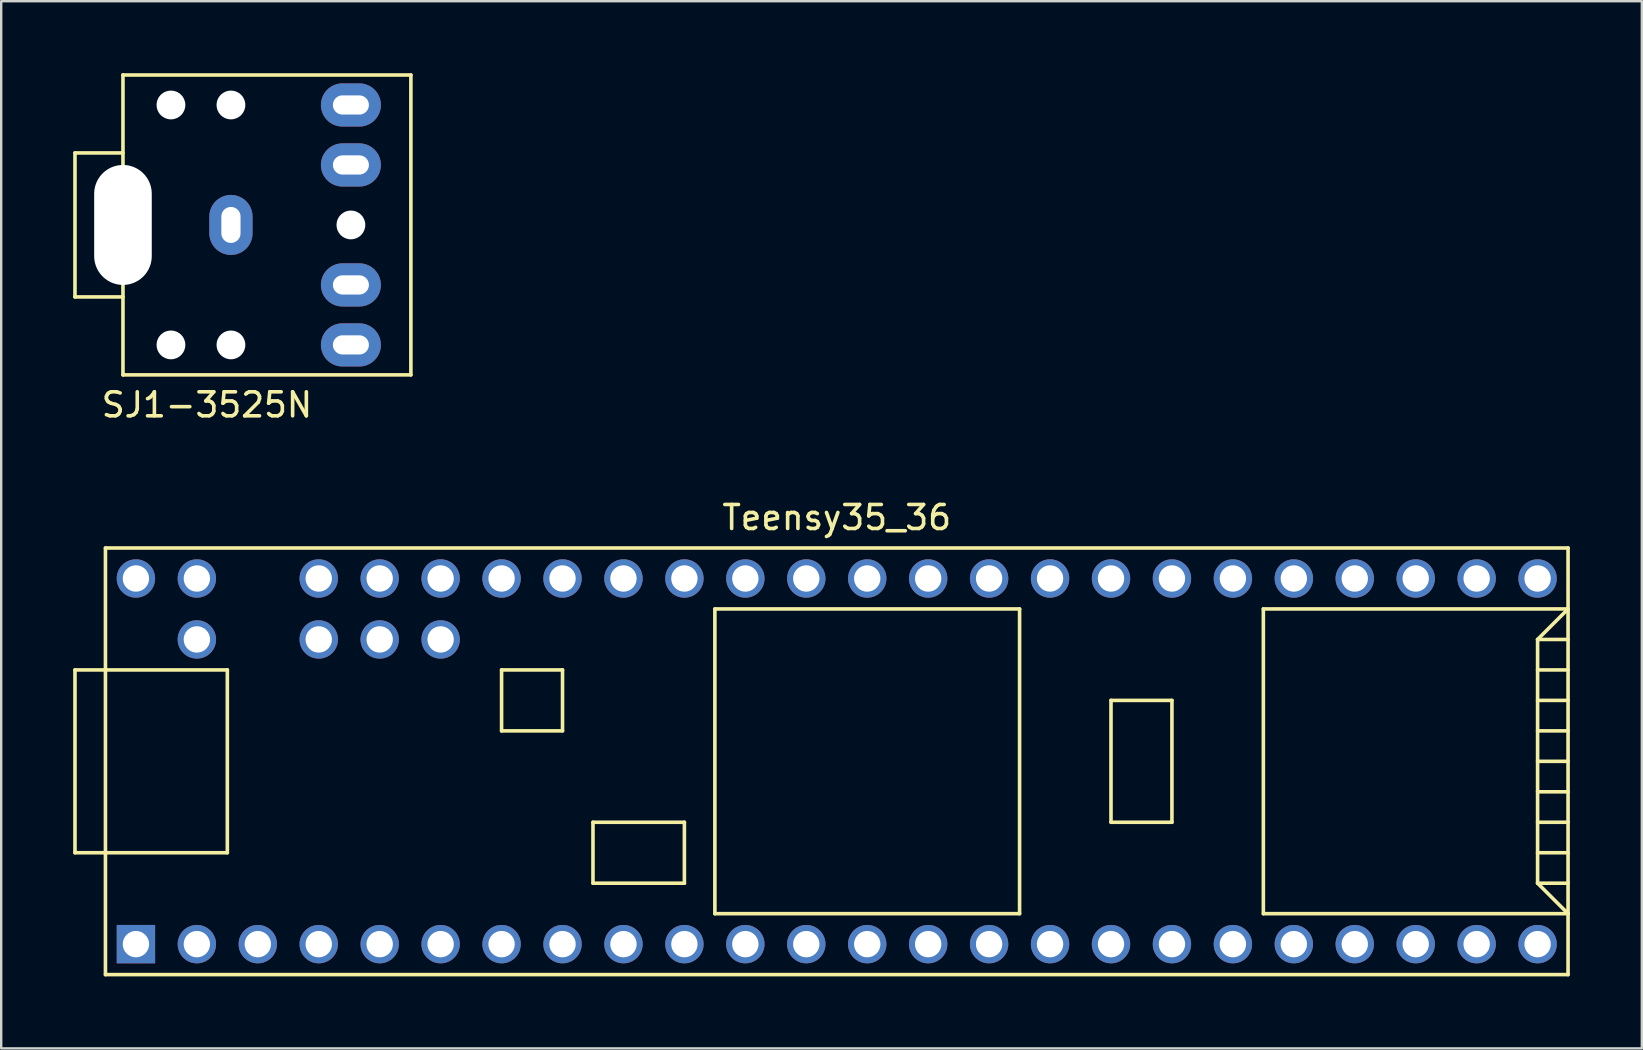
<source format=kicad_pcb>
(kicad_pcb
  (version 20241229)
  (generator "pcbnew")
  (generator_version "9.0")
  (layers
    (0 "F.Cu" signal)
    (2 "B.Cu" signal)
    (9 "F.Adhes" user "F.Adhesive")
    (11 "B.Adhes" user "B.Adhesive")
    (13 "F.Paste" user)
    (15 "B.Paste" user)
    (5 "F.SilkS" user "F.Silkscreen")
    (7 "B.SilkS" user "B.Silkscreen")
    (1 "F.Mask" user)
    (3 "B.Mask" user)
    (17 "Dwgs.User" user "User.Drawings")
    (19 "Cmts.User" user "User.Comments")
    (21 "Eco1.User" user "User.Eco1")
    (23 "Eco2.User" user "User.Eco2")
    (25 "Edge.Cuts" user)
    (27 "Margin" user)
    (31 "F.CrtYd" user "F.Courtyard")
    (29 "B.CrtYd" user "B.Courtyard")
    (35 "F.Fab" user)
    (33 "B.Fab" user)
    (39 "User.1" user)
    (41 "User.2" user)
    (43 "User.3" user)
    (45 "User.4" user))
  (footprint "Teensy35_36"
    (layer "F.Cu")
    (at 31.825 28.681)
    (property "Reference" "Teensy35_36" (at 0 -10.16 0) (layer "F.SilkS") (effects (font (size 1 1) (thickness 0.15))))
    (attr through_hole)
    (fp_line (start -31.75 -3.81) (end -30.48 -3.81) (stroke (width 0.15) (type solid)) (layer "F.SilkS"))
    (fp_line (start -31.75 3.81) (end -31.75 -3.81) (stroke (width 0.15) (type solid)) (layer "F.SilkS"))
    (fp_line (start -30.48 3.81) (end -31.75 3.81) (stroke (width 0.15) (type solid)) (layer "F.SilkS"))
    (fp_line (start -30.48 8.89) (end -30.48 -8.89) (stroke (width 0.15) (type solid)) (layer "F.SilkS"))
    (fp_line (start -30.48 8.89) (end 30.48 8.89) (stroke (width 0.15) (type solid)) (layer "F.SilkS"))
    (fp_line (start -25.4 -3.81) (end -30.48 -3.81) (stroke (width 0.15) (type solid)) (layer "F.SilkS"))
    (fp_line (start -25.4 3.81) (end -30.48 3.81) (stroke (width 0.15) (type solid)) (layer "F.SilkS"))
    (fp_line (start -25.4 3.81) (end -25.4 -3.81) (stroke (width 0.15) (type solid)) (layer "F.SilkS"))
    (fp_line (start -13.97 -3.81) (end -13.97 -1.27) (stroke (width 0.15) (type solid)) (layer "F.SilkS"))
    (fp_line (start -13.97 -1.27) (end -11.43 -1.27) (stroke (width 0.15) (type solid)) (layer "F.SilkS"))
    (fp_line (start -11.43 -3.81) (end -13.97 -3.81) (stroke (width 0.15) (type solid)) (layer "F.SilkS"))
    (fp_line (start -11.43 -1.27) (end -11.43 -3.81) (stroke (width 0.15) (type solid)) (layer "F.SilkS"))
    (fp_line (start -10.16 2.54) (end -6.35 2.54) (stroke (width 0.15) (type solid)) (layer "F.SilkS"))
    (fp_line (start -10.16 5.08) (end -10.16 2.54) (stroke (width 0.15) (type solid)) (layer "F.SilkS"))
    (fp_line (start -6.35 2.54) (end -6.35 5.08) (stroke (width 0.15) (type solid)) (layer "F.SilkS"))
    (fp_line (start -6.35 5.08) (end -10.16 5.08) (stroke (width 0.15) (type solid)) (layer "F.SilkS"))
    (fp_line (start -5.08 -6.35) (end -5.08 6.35) (stroke (width 0.15) (type solid)) (layer "F.SilkS"))
    (fp_line (start -5.08 -6.35) (end 7.62 -6.35) (stroke (width 0.15) (type solid)) (layer "F.SilkS"))
    (fp_line (start -5.08 6.35) (end 7.62 6.35) (stroke (width 0.15) (type solid)) (layer "F.SilkS"))
    (fp_line (start 7.62 6.35) (end 7.62 -6.35) (stroke (width 0.15) (type solid)) (layer "F.SilkS"))
    (fp_line (start 11.43 -2.54) (end 13.97 -2.54) (stroke (width 0.15) (type solid)) (layer "F.SilkS"))
    (fp_line (start 11.43 2.54) (end 11.43 -2.54) (stroke (width 0.15) (type solid)) (layer "F.SilkS"))
    (fp_line (start 13.97 -2.54) (end 13.97 2.54) (stroke (width 0.15) (type solid)) (layer "F.SilkS"))
    (fp_line (start 13.97 2.54) (end 11.43 2.54) (stroke (width 0.15) (type solid)) (layer "F.SilkS"))
    (fp_line (start 17.78 -6.35) (end 17.78 6.35) (stroke (width 0.15) (type solid)) (layer "F.SilkS"))
    (fp_line (start 17.78 6.35) (end 30.48 6.35) (stroke (width 0.15) (type solid)) (layer "F.SilkS"))
    (fp_line (start 29.21 -5.08) (end 30.48 -6.35) (stroke (width 0.15) (type solid)) (layer "F.SilkS"))
    (fp_line (start 29.21 -5.08) (end 30.48 -5.08) (stroke (width 0.15) (type solid)) (layer "F.SilkS"))
    (fp_line (start 29.21 -3.81) (end 30.48 -3.81) (stroke (width 0.15) (type solid)) (layer "F.SilkS"))
    (fp_line (start 29.21 -2.54) (end 30.48 -2.54) (stroke (width 0.15) (type solid)) (layer "F.SilkS"))
    (fp_line (start 29.21 -1.27) (end 30.48 -1.27) (stroke (width 0.15) (type solid)) (layer "F.SilkS"))
    (fp_line (start 29.21 0) (end 30.48 0) (stroke (width 0.15) (type solid)) (layer "F.SilkS"))
    (fp_line (start 29.21 1.27) (end 30.48 1.27) (stroke (width 0.15) (type solid)) (layer "F.SilkS"))
    (fp_line (start 29.21 2.54) (end 30.48 2.54) (stroke (width 0.15) (type solid)) (layer "F.SilkS"))
    (fp_line (start 29.21 3.81) (end 30.48 3.81) (stroke (width 0.15) (type solid)) (layer "F.SilkS"))
    (fp_line (start 29.21 5.08) (end 29.21 -5.08) (stroke (width 0.15) (type solid)) (layer "F.SilkS"))
    (fp_line (start 29.21 5.08) (end 30.48 5.08) (stroke (width 0.15) (type solid)) (layer "F.SilkS"))
    (fp_line (start 30.48 -8.89) (end -30.48 -8.89) (stroke (width 0.15) (type solid)) (layer "F.SilkS"))
    (fp_line (start 30.48 -8.89) (end 30.48 8.89) (stroke (width 0.15) (type solid)) (layer "F.SilkS"))
    (fp_line (start 30.48 -6.35) (end 17.78 -6.35) (stroke (width 0.15) (type solid)) (layer "F.SilkS"))
    (fp_line (start 30.48 6.35) (end 29.21 5.08) (stroke (width 0.15) (type solid)) (layer "F.SilkS"))
    (pad "1" thru_hole rect (at -29.21 7.62) (size 1.6 1.6) (drill 1.1) (layers "*.Cu" "*.Mask"))
    (pad "2" thru_hole circle (at -26.67 7.62) (size 1.6 1.6) (drill 1.1) (layers "*.Cu" "*.Mask"))
    (pad "3" thru_hole circle (at -24.13 7.62) (size 1.6 1.6) (drill 1.1) (layers "*.Cu" "*.Mask"))
    (pad "4" thru_hole circle (at -21.59 7.62) (size 1.6 1.6) (drill 1.1) (layers "*.Cu" "*.Mask"))
    (pad "5" thru_hole circle (at -19.05 7.62) (size 1.6 1.6) (drill 1.1) (layers "*.Cu" "*.Mask"))
    (pad "6" thru_hole circle (at -16.51 7.62) (size 1.6 1.6) (drill 1.1) (layers "*.Cu" "*.Mask"))
    (pad "7" thru_hole circle (at -13.97 7.62) (size 1.6 1.6) (drill 1.1) (layers "*.Cu" "*.Mask"))
    (pad "8" thru_hole circle (at -11.43 7.62) (size 1.6 1.6) (drill 1.1) (layers "*.Cu" "*.Mask"))
    (pad "9" thru_hole circle (at -8.89 7.62) (size 1.6 1.6) (drill 1.1) (layers "*.Cu" "*.Mask"))
    (pad "10" thru_hole circle (at -6.35 7.62) (size 1.6 1.6) (drill 1.1) (layers "*.Cu" "*.Mask"))
    (pad "11" thru_hole circle (at -3.81 7.62) (size 1.6 1.6) (drill 1.1) (layers "*.Cu" "*.Mask"))
    (pad "12" thru_hole circle (at -1.27 7.62) (size 1.6 1.6) (drill 1.1) (layers "*.Cu" "*.Mask"))
    (pad "13" thru_hole circle (at 1.27 7.62) (size 1.6 1.6) (drill 1.1) (layers "*.Cu" "*.Mask"))
    (pad "14" thru_hole circle (at 3.81 7.62) (size 1.6 1.6) (drill 1.1) (layers "*.Cu" "*.Mask"))
    (pad "15" thru_hole circle (at 6.35 7.62) (size 1.6 1.6) (drill 1.1) (layers "*.Cu" "*.Mask"))
    (pad "16" thru_hole circle (at 8.89 7.62) (size 1.6 1.6) (drill 1.1) (layers "*.Cu" "*.Mask"))
    (pad "17" thru_hole circle (at 11.43 7.62) (size 1.6 1.6) (drill 1.1) (layers "*.Cu" "*.Mask"))
    (pad "18" thru_hole circle (at 13.97 7.62) (size 1.6 1.6) (drill 1.1) (layers "*.Cu" "*.Mask"))
    (pad "19" thru_hole circle (at 16.51 7.62) (size 1.6 1.6) (drill 1.1) (layers "*.Cu" "*.Mask"))
    (pad "20" thru_hole circle (at 19.05 7.62) (size 1.6 1.6) (drill 1.1) (layers "*.Cu" "*.Mask"))
    (pad "21" thru_hole circle (at 21.59 7.62) (size 1.6 1.6) (drill 1.1) (layers "*.Cu" "*.Mask"))
    (pad "22" thru_hole circle (at 24.13 7.62) (size 1.6 1.6) (drill 1.1) (layers "*.Cu" "*.Mask"))
    (pad "23" thru_hole circle (at 26.67 7.62) (size 1.6 1.6) (drill 1.1) (layers "*.Cu" "*.Mask"))
    (pad "24" thru_hole circle (at 29.21 7.62) (size 1.6 1.6) (drill 1.1) (layers "*.Cu" "*.Mask"))
    (pad "30" thru_hole circle (at 29.21 -7.62) (size 1.6 1.6) (drill 1.1) (layers "*.Cu" "*.Mask"))
    (pad "31" thru_hole circle (at 26.67 -7.62) (size 1.6 1.6) (drill 1.1) (layers "*.Cu" "*.Mask"))
    (pad "32" thru_hole circle (at 24.13 -7.62) (size 1.6 1.6) (drill 1.1) (layers "*.Cu" "*.Mask"))
    (pad "33" thru_hole circle (at 21.59 -7.62) (size 1.6 1.6) (drill 1.1) (layers "*.Cu" "*.Mask"))
    (pad "34" thru_hole circle (at 19.05 -7.62) (size 1.6 1.6) (drill 1.1) (layers "*.Cu" "*.Mask"))
    (pad "35" thru_hole circle (at 16.51 -7.62) (size 1.6 1.6) (drill 1.1) (layers "*.Cu" "*.Mask"))
    (pad "36" thru_hole circle (at 13.97 -7.62) (size 1.6 1.6) (drill 1.1) (layers "*.Cu" "*.Mask"))
    (pad "37" thru_hole circle (at 11.43 -7.62) (size 1.6 1.6) (drill 1.1) (layers "*.Cu" "*.Mask"))
    (pad "38" thru_hole circle (at 8.89 -7.62) (size 1.6 1.6) (drill 1.1) (layers "*.Cu" "*.Mask"))
    (pad "39" thru_hole circle (at 6.35 -7.62) (size 1.6 1.6) (drill 1.1) (layers "*.Cu" "*.Mask"))
    (pad "40" thru_hole circle (at 3.81 -7.62) (size 1.6 1.6) (drill 1.1) (layers "*.Cu" "*.Mask"))
    (pad "41" thru_hole circle (at 1.27 -7.62) (size 1.6 1.6) (drill 1.1) (layers "*.Cu" "*.Mask"))
    (pad "42" thru_hole circle (at -1.27 -7.62) (size 1.6 1.6) (drill 1.1) (layers "*.Cu" "*.Mask"))
    (pad "43" thru_hole circle (at -3.81 -7.62) (size 1.6 1.6) (drill 1.1) (layers "*.Cu" "*.Mask"))
    (pad "44" thru_hole circle (at -6.35 -7.62) (size 1.6 1.6) (drill 1.1) (layers "*.Cu" "*.Mask"))
    (pad "45" thru_hole circle (at -8.89 -7.62) (size 1.6 1.6) (drill 1.1) (layers "*.Cu" "*.Mask"))
    (pad "46" thru_hole circle (at -11.43 -7.62) (size 1.6 1.6) (drill 1.1) (layers "*.Cu" "*.Mask"))
    (pad "47" thru_hole circle (at -13.97 -7.62) (size 1.6 1.6) (drill 1.1) (layers "*.Cu" "*.Mask"))
    (pad "48" thru_hole circle (at -16.51 -7.62) (size 1.6 1.6) (drill 1.1) (layers "*.Cu" "*.Mask"))
    (pad "49" thru_hole circle (at -19.05 -7.62) (size 1.6 1.6) (drill 1.1) (layers "*.Cu" "*.Mask"))
    (pad "50" thru_hole circle (at -21.59 -7.62) (size 1.6 1.6) (drill 1.1) (layers "*.Cu" "*.Mask"))
    (pad "52" thru_hole circle (at -26.67 -7.62) (size 1.6 1.6) (drill 1.1) (layers "*.Cu" "*.Mask"))
    (pad "53" thru_hole circle (at -29.21 -7.62) (size 1.6 1.6) (drill 1.1) (layers "*.Cu" "*.Mask"))
    (pad "54" thru_hole circle (at -26.67 -5.08) (size 1.6 1.6) (drill 1.1) (layers "*.Cu" "*.Mask"))
    (pad "55" thru_hole circle (at -21.59 -5.08) (size 1.6 1.6) (drill 1.1) (layers "*.Cu" "*.Mask"))
    (pad "56" thru_hole circle (at -19.05 -5.08) (size 1.6 1.6) (drill 1.1) (layers "*.Cu" "*.Mask"))
    (pad "57" thru_hole circle (at -16.51 -5.08) (size 1.6 1.6) (drill 1.1) (layers "*.Cu" "*.Mask")))
  (footprint "SJ1-3525N"
    (layer "F.Cu")
    (at 2.075 6.325)
    (property "Reference" "SJ1-3525N" (at 3.5 7.5 0) (layer "F.SilkS") (effects (font (size 1 1) (thickness 0.15))))
    (attr through_hole)
    (fp_line (start -2 -3) (end -2 3) (stroke (width 0.15) (type solid)) (layer "F.SilkS"))
    (fp_line (start -2 -3) (end 0 -3) (stroke (width 0.15) (type solid)) (layer "F.SilkS"))
    (fp_line (start -2 3) (end 0 3) (stroke (width 0.15) (type solid)) (layer "F.SilkS"))
    (fp_line (start 0 -6.25) (end 0 6.25) (stroke (width 0.15) (type solid)) (layer "F.SilkS"))
    (fp_line (start 0 -6.25) (end 12 -6.25) (stroke (width 0.15) (type solid)) (layer "F.SilkS"))
    (fp_line (start 0 6.25) (end 12 6.25) (stroke (width 0.15) (type solid)) (layer "F.SilkS"))
    (fp_line (start 12 -6.25) (end 12 6.25) (stroke (width 0.15) (type solid)) (layer "F.SilkS"))
    (pad "" np_thru_hole oval (at 0 0) (size 2.4 5) (drill oval 2.4 5) (layers "*.Cu" "*.Mask"))
    (pad "" np_thru_hole circle (at 2 -5) (size 1.2 1.2) (drill 1.2) (layers "*.Cu" "*.Mask"))
    (pad "" np_thru_hole circle (at 2 5) (size 1.2 1.2) (drill 1.2) (layers "*.Cu" "*.Mask"))
    (pad "" np_thru_hole circle (at 4.5 -5) (size 1.2 1.2) (drill 1.2) (layers "*.Cu" "*.Mask"))
    (pad "" np_thru_hole circle (at 4.5 5) (size 1.2 1.2) (drill 1.2) (layers "*.Cu" "*.Mask"))
    (pad "" np_thru_hole circle (at 9.5 0) (size 1.2 1.2) (drill 1.2) (layers "*.Cu" "*.Mask"))
    (pad "R" thru_hole oval (at 9.5 -5) (size 2.5 1.8) (drill oval 1.5 0.8) (layers "*.Cu" "*.Mask"))
    (pad "RN" thru_hole oval (at 9.5 -2.5) (size 2.5 1.8) (drill oval 1.5 0.8) (layers "*.Cu" "*.Mask"))
    (pad "S" thru_hole oval (at 4.5 0) (size 1.8 2.5) (drill oval 0.8 1.5) (layers "*.Cu" "*.Mask"))
    (pad "T" thru_hole oval (at 9.5 5) (size 2.5 1.8) (drill oval 1.5 0.8) (layers "*.Cu" "*.Mask"))
    (pad "TN" thru_hole oval (at 9.5 2.5) (size 2.5 1.8) (drill oval 1.5 0.8) (layers "*.Cu" "*.Mask")))
  (gr_rect
    (start -3 -3)
    (end 65.38 40.647)
    (stroke (width 0.1) (type default))
    (fill no)
    (layer "Edge.Cuts")))
</source>
